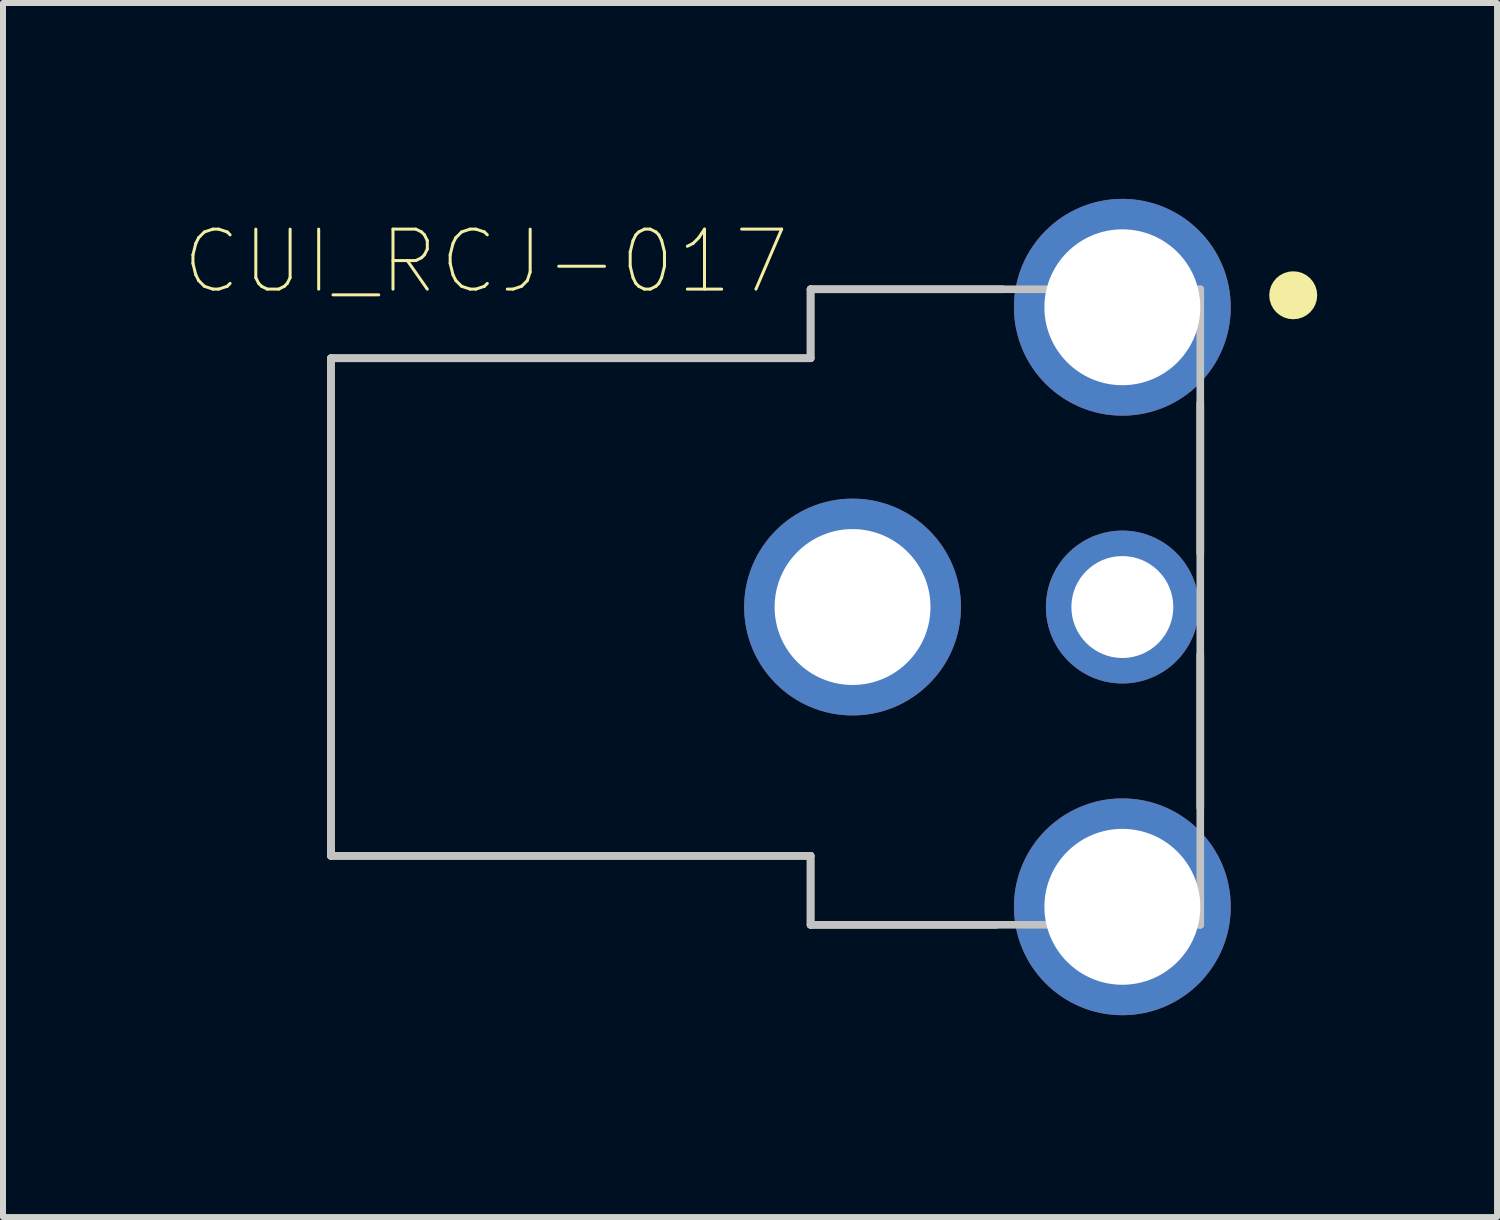
<source format=kicad_pcb>
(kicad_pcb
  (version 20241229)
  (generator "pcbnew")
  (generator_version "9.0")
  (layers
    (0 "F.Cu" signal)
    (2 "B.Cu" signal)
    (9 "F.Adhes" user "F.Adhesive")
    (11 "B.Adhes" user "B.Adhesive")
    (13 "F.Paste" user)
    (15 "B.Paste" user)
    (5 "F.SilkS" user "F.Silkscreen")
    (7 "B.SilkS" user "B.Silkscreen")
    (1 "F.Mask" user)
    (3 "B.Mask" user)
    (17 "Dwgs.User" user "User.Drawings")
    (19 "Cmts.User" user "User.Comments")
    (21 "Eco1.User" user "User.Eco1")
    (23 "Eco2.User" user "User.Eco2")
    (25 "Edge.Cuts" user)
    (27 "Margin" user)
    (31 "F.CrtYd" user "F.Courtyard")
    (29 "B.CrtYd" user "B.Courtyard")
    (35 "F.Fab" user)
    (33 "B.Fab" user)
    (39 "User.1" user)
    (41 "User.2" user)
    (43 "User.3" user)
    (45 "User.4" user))
  (footprint "CUI_RCJ-017"
    (layer "F.Cu")
    (at 9.72 7.075)
    (property "Reference" "CUI_RCJ-017" (at -4.666 -5.763 0) (layer "F.SilkS") (effects (font (size 1.001 1.001) (thickness 0.05))))
    (attr through_hole)
    (fp_line (start -7.25 -4.15) (end -7.25 4.15) (stroke (width 0.127) (type solid)) (layer "F.SilkS"))
    (fp_line (start -7.25 4.15) (end 0.75 4.15) (stroke (width 0.127) (type solid)) (layer "F.SilkS"))
    (fp_line (start 0.75 -5.3) (end 0.75 -4.15) (stroke (width 0.127) (type solid)) (layer "F.SilkS"))
    (fp_line (start 0.75 -4.15) (end -7.25 -4.15) (stroke (width 0.127) (type solid)) (layer "F.SilkS"))
    (fp_line (start 0.75 4.15) (end 0.75 5.3) (stroke (width 0.127) (type solid)) (layer "F.SilkS"))
    (fp_line (start 0.75 5.3) (end 3.85 5.3) (stroke (width 0.127) (type solid)) (layer "F.SilkS"))
    (fp_line (start 3.95 -5.3) (end 0.75 -5.3) (stroke (width 0.127) (type solid)) (layer "F.SilkS"))
    (fp_line (start 7.25 -0.9) (end 7.25 -3.4) (stroke (width 0.127) (type solid)) (layer "F.SilkS"))
    (fp_line (start 7.25 3.35) (end 7.25 0.8) (stroke (width 0.127) (type solid)) (layer "F.SilkS"))
    (fp_circle (center 8.8 -5.2) (end 9 -5.2) (stroke (width 0.4) (type solid)) (fill no) (layer "F.SilkS"))
    (fp_line (start -7.25 -4.15) (end -7.25 4.15) (stroke (width 0.127) (type solid)) (layer "Dwgs.User"))
    (fp_line (start -7.25 4.15) (end 0.75 4.15) (stroke (width 0.127) (type solid)) (layer "Dwgs.User"))
    (fp_line (start 0.75 -5.3) (end 0.75 -4.15) (stroke (width 0.127) (type solid)) (layer "Dwgs.User"))
    (fp_line (start 0.75 -4.15) (end -7.25 -4.15) (stroke (width 0.127) (type solid)) (layer "Dwgs.User"))
    (fp_line (start 0.75 4.15) (end 0.75 5.3) (stroke (width 0.127) (type solid)) (layer "Dwgs.User"))
    (fp_line (start 0.75 5.3) (end 7.25 5.3) (stroke (width 0.127) (type solid)) (layer "Dwgs.User"))
    (fp_line (start 7.25 -5.3) (end 0.75 -5.3) (stroke (width 0.127) (type solid)) (layer "Dwgs.User"))
    (fp_line (start 7.25 5.3) (end 7.25 -5.3) (stroke (width 0.127) (type solid)) (layer "Dwgs.User"))
    (fp_line (start -7.5 -4.4) (end -7.5 4.4) (stroke (width 0.05) (type solid)) (layer "Eco1.User"))
    (fp_line (start -7.5 4.4) (end 0.5 4.4) (stroke (width 0.05) (type solid)) (layer "Eco1.User"))
    (fp_line (start 0.5 -5.75) (end 0.5 -4.4) (stroke (width 0.05) (type solid)) (layer "Eco1.User"))
    (fp_line (start 0.5 -4.4) (end -7.5 -4.4) (stroke (width 0.05) (type solid)) (layer "Eco1.User"))
    (fp_line (start 0.5 4.4) (end 0.5 5.55) (stroke (width 0.05) (type solid)) (layer "Eco1.User"))
    (fp_line (start 0.5 5.55) (end 3.9 5.55) (stroke (width 0.05) (type solid)) (layer "Eco1.User"))
    (fp_line (start 3.9 -7.05) (end 8.1 -7.05) (stroke (width 0.05) (type solid)) (layer "Eco1.User"))
    (fp_line (start 3.9 -5.75) (end 0.5 -5.75) (stroke (width 0.05) (type solid)) (layer "Eco1.User"))
    (fp_line (start 3.9 -5.75) (end 3.9 -7.05) (stroke (width 0.05) (type solid)) (layer "Eco1.User"))
    (fp_line (start 3.9 7.15) (end 3.9 5.55) (stroke (width 0.05) (type solid)) (layer "Eco1.User"))
    (fp_line (start 7.6 -3.65) (end 7.6 3.55) (stroke (width 0.05) (type solid)) (layer "Eco1.User"))
    (fp_line (start 7.6 3.55) (end 8.1 3.55) (stroke (width 0.05) (type solid)) (layer "Eco1.User"))
    (fp_line (start 8.1 -7.05) (end 8.1 -3.65) (stroke (width 0.05) (type solid)) (layer "Eco1.User"))
    (fp_line (start 8.1 -3.65) (end 7.6 -3.65) (stroke (width 0.05) (type solid)) (layer "Eco1.User"))
    (fp_line (start 8.1 7.15) (end 3.9 7.15) (stroke (width 0.05) (type solid)) (layer "Eco1.User"))
    (fp_line (start 8.1 7.15) (end 8.1 3.55) (stroke (width 0.05) (type solid)) (layer "Eco1.User"))
    (pad "" thru_hole circle (at 1.45 0) (size 3.616 3.616) (drill 2.6) (layers "*.Cu" "*.Mask"))
    (pad "" thru_hole circle (at 5.95 -5) (size 3.616 3.616) (drill 2.6) (layers "*.Cu" "*.Mask"))
    (pad "1" thru_hole circle (at 5.95 0) (size 2.55 2.55) (drill 1.7) (layers "*.Cu" "*.Mask"))
    (pad "2" thru_hole circle (at 5.95 5) (size 3.616 3.616) (drill 2.6) (layers "*.Cu" "*.Mask")))
  (gr_rect
    (start -3 -3)
    (end 21.92 17.25)
    (stroke (width 0.1) (type default))
    (fill no)
    (layer "Edge.Cuts")))
</source>
